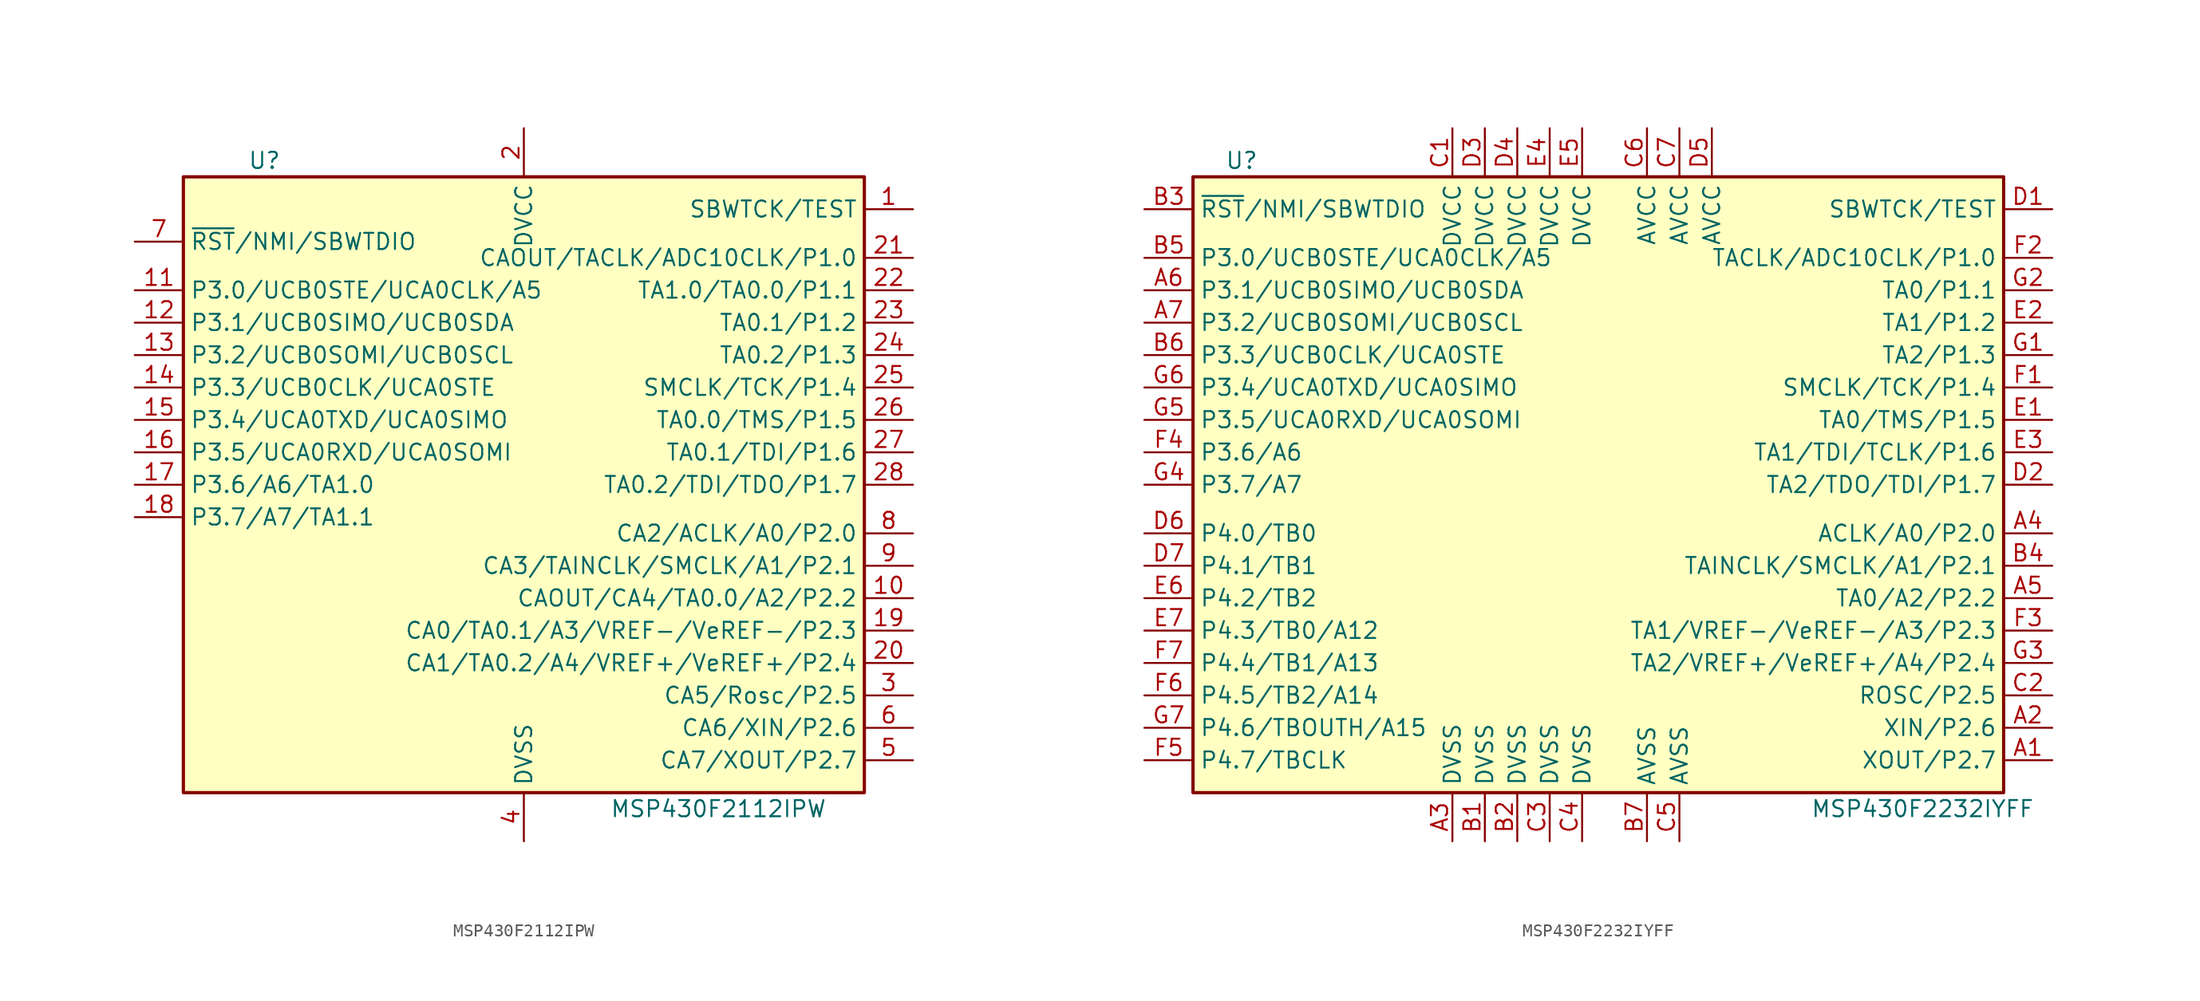
<source format=kicad_sym>
(kicad_symbol_lib
  (version 20231120)
  (generator "kicad_symbol_editor")
  (generator_version "8.0")
  (symbol "MSP430F2112IPW"
    (property "Reference" "U"
      (at -20.32 25.4 0)
      (effects (font (size 1.27 1.27))))
    (property "Value" "MSP430F2112IPW"
      (at 15.24 -25.4 0)
      (effects (font (size 1.27 1.27))))
    (symbol "MSP430F2112IPW_0_1"
      (rectangle (start -26.67 24.13) (end 26.67 -24.13) (stroke (width 0.254) (type default)) (fill (type background))))
    (symbol "MSP430F2112IPW_1_1"
      (pin input line (at 30.48 21.59 180) (length 3.81) (name "SBWTCK/TEST" (effects (font (size 1.27 1.27)))) (number "1" (effects (font (size 1.27 1.27)))))
      (pin bidirectional line (at 30.48 -8.89 180) (length 3.81) (name "CAOUT/CA4/TA0.0/A2/P2.2" (effects (font (size 1.27 1.27)))) (number "10" (effects (font (size 1.27 1.27)))))
      (pin bidirectional line (at -30.48 15.24 0) (length 3.81) (name "P3.0/UCB0STE/UCA0CLK/A5" (effects (font (size 1.27 1.27)))) (number "11" (effects (font (size 1.27 1.27)))))
      (pin bidirectional line (at -30.48 12.7 0) (length 3.81) (name "P3.1/UCB0SIMO/UCB0SDA" (effects (font (size 1.27 1.27)))) (number "12" (effects (font (size 1.27 1.27)))))
      (pin bidirectional line (at -30.48 10.16 0) (length 3.81) (name "P3.2/UCB0SOMI/UCB0SCL" (effects (font (size 1.27 1.27)))) (number "13" (effects (font (size 1.27 1.27)))))
      (pin bidirectional line (at -30.48 7.62 0) (length 3.81) (name "P3.3/UCB0CLK/UCA0STE" (effects (font (size 1.27 1.27)))) (number "14" (effects (font (size 1.27 1.27)))))
      (pin bidirectional line (at -30.48 5.08 0) (length 3.81) (name "P3.4/UCA0TXD/UCA0SIMO" (effects (font (size 1.27 1.27)))) (number "15" (effects (font (size 1.27 1.27)))))
      (pin bidirectional line (at -30.48 2.54 0) (length 3.81) (name "P3.5/UCA0RXD/UCA0SOMI" (effects (font (size 1.27 1.27)))) (number "16" (effects (font (size 1.27 1.27)))))
      (pin bidirectional line (at -30.48 0 0) (length 3.81) (name "P3.6/A6/TA1.0" (effects (font (size 1.27 1.27)))) (number "17" (effects (font (size 1.27 1.27)))))
      (pin bidirectional line (at -30.48 -2.54 0) (length 3.81) (name "P3.7/A7/TA1.1" (effects (font (size 1.27 1.27)))) (number "18" (effects (font (size 1.27 1.27)))))
      (pin bidirectional line (at 30.48 -11.43 180) (length 3.81) (name "CA0/TA0.1/A3/VREF-/VeREF-/P2.3" (effects (font (size 1.27 1.27)))) (number "19" (effects (font (size 1.27 1.27)))))
      (pin power_in line (at 0 27.94 270) (length 3.81) (name "DVCC" (effects (font (size 1.27 1.27)))) (number "2" (effects (font (size 1.27 1.27)))))
      (pin bidirectional line (at 30.48 -13.97 180) (length 3.81) (name "CA1/TA0.2/A4/VREF+/VeREF+/P2.4" (effects (font (size 1.27 1.27)))) (number "20" (effects (font (size 1.27 1.27)))))
      (pin bidirectional line (at 30.48 17.78 180) (length 3.81) (name "CAOUT/TACLK/ADC10CLK/P1.0" (effects (font (size 1.27 1.27)))) (number "21" (effects (font (size 1.27 1.27)))))
      (pin bidirectional line (at 30.48 15.24 180) (length 3.81) (name "TA1.0/TA0.0/P1.1" (effects (font (size 1.27 1.27)))) (number "22" (effects (font (size 1.27 1.27)))))
      (pin bidirectional line (at 30.48 12.7 180) (length 3.81) (name "TA0.1/P1.2" (effects (font (size 1.27 1.27)))) (number "23" (effects (font (size 1.27 1.27)))))
      (pin bidirectional line (at 30.48 10.16 180) (length 3.81) (name "TA0.2/P1.3" (effects (font (size 1.27 1.27)))) (number "24" (effects (font (size 1.27 1.27)))))
      (pin bidirectional line (at 30.48 7.62 180) (length 3.81) (name "SMCLK/TCK/P1.4" (effects (font (size 1.27 1.27)))) (number "25" (effects (font (size 1.27 1.27)))))
      (pin bidirectional line (at 30.48 5.08 180) (length 3.81) (name "TA0.0/TMS/P1.5" (effects (font (size 1.27 1.27)))) (number "26" (effects (font (size 1.27 1.27)))))
      (pin bidirectional line (at 30.48 2.54 180) (length 3.81) (name "TA0.1/TDI/P1.6" (effects (font (size 1.27 1.27)))) (number "27" (effects (font (size 1.27 1.27)))))
      (pin bidirectional line (at 30.48 0 180) (length 3.81) (name "TA0.2/TDI/TDO/P1.7" (effects (font (size 1.27 1.27)))) (number "28" (effects (font (size 1.27 1.27)))))
      (pin bidirectional line (at 30.48 -16.51 180) (length 3.81) (name "CA5/Rosc/P2.5" (effects (font (size 1.27 1.27)))) (number "3" (effects (font (size 1.27 1.27)))))
      (pin power_in line (at 0 -27.94 90) (length 3.81) (name "DVSS" (effects (font (size 1.27 1.27)))) (number "4" (effects (font (size 1.27 1.27)))))
      (pin bidirectional line (at 30.48 -21.59 180) (length 3.81) (name "CA7/XOUT/P2.7" (effects (font (size 1.27 1.27)))) (number "5" (effects (font (size 1.27 1.27)))))
      (pin bidirectional line (at 30.48 -19.05 180) (length 3.81) (name "CA6/XIN/P2.6" (effects (font (size 1.27 1.27)))) (number "6" (effects (font (size 1.27 1.27)))))
      (pin bidirectional line (at -30.48 19.05 0) (length 3.81) (name "~{RST}/NMI/SBWTDIO" (effects (font (size 1.27 1.27)))) (number "7" (effects (font (size 1.27 1.27)))))
      (pin bidirectional line (at 30.48 -3.81 180) (length 3.81) (name "CA2/ACLK/A0/P2.0" (effects (font (size 1.27 1.27)))) (number "8" (effects (font (size 1.27 1.27)))))
      (pin bidirectional line (at 30.48 -6.35 180) (length 3.81) (name "CA3/TAINCLK/SMCLK/A1/P2.1" (effects (font (size 1.27 1.27)))) (number "9" (effects (font (size 1.27 1.27)))))))
  (symbol "MSP430F2232IYFF"
    (property "Reference" "U"
      (at -29.21 25.4 0)
      (effects (font (size 1.27 1.27))))
    (property "Value" "MSP430F2232IYFF"
      (at 24.13 -25.4 0)
      (effects (font (size 1.27 1.27))))
    (symbol "MSP430F2232IYFF_0_1"
      (rectangle (start -33.02 24.13) (end 30.48 -24.13) (stroke (width 0.254) (type default)) (fill (type background))))
    (symbol "MSP430F2232IYFF_1_1"
      (pin bidirectional line (at 34.29 -21.59 180) (length 3.81) (name "XOUT/P2.7" (effects (font (size 1.27 1.27)))) (number "A1" (effects (font (size 1.27 1.27)))))
      (pin bidirectional line (at 34.29 -19.05 180) (length 3.81) (name "XIN/P2.6" (effects (font (size 1.27 1.27)))) (number "A2" (effects (font (size 1.27 1.27)))))
      (pin power_in line (at -12.7 -27.94 90) (length 3.81) (name "DVSS" (effects (font (size 1.27 1.27)))) (number "A3" (effects (font (size 1.27 1.27)))))
      (pin bidirectional line (at 34.29 -3.81 180) (length 3.81) (name "ACLK/A0/P2.0" (effects (font (size 1.27 1.27)))) (number "A4" (effects (font (size 1.27 1.27)))))
      (pin bidirectional line (at 34.29 -8.89 180) (length 3.81) (name "TA0/A2/P2.2" (effects (font (size 1.27 1.27)))) (number "A5" (effects (font (size 1.27 1.27)))))
      (pin bidirectional line (at -36.83 15.24 0) (length 3.81) (name "P3.1/UCB0SIMO/UCB0SDA" (effects (font (size 1.27 1.27)))) (number "A6" (effects (font (size 1.27 1.27)))))
      (pin bidirectional line (at -36.83 12.7 0) (length 3.81) (name "P3.2/UCB0SOMI/UCB0SCL" (effects (font (size 1.27 1.27)))) (number "A7" (effects (font (size 1.27 1.27)))))
      (pin power_in line (at -10.16 -27.94 90) (length 3.81) (name "DVSS" (effects (font (size 1.27 1.27)))) (number "B1" (effects (font (size 1.27 1.27)))))
      (pin power_in line (at -7.62 -27.94 90) (length 3.81) (name "DVSS" (effects (font (size 1.27 1.27)))) (number "B2" (effects (font (size 1.27 1.27)))))
      (pin input line (at -36.83 21.59 0) (length 3.81) (name "~{RST}/NMI/SBWTDIO" (effects (font (size 1.27 1.27)))) (number "B3" (effects (font (size 1.27 1.27)))))
      (pin bidirectional line (at 34.29 -6.35 180) (length 3.81) (name "TAINCLK/SMCLK/A1/P2.1" (effects (font (size 1.27 1.27)))) (number "B4" (effects (font (size 1.27 1.27)))))
      (pin bidirectional line (at -36.83 17.78 0) (length 3.81) (name "P3.0/UCB0STE/UCA0CLK/A5" (effects (font (size 1.27 1.27)))) (number "B5" (effects (font (size 1.27 1.27)))))
      (pin bidirectional line (at -36.83 10.16 0) (length 3.81) (name "P3.3/UCB0CLK/UCA0STE" (effects (font (size 1.27 1.27)))) (number "B6" (effects (font (size 1.27 1.27)))))
      (pin power_in line (at 2.54 -27.94 90) (length 3.81) (name "AVSS" (effects (font (size 1.27 1.27)))) (number "B7" (effects (font (size 1.27 1.27)))))
      (pin power_in line (at -12.7 27.94 270) (length 3.81) (name "DVCC" (effects (font (size 1.27 1.27)))) (number "C1" (effects (font (size 1.27 1.27)))))
      (pin bidirectional line (at 34.29 -16.51 180) (length 3.81) (name "ROSC/P2.5" (effects (font (size 1.27 1.27)))) (number "C2" (effects (font (size 1.27 1.27)))))
      (pin power_in line (at -5.08 -27.94 90) (length 3.81) (name "DVSS" (effects (font (size 1.27 1.27)))) (number "C3" (effects (font (size 1.27 1.27)))))
      (pin power_in line (at -2.54 -27.94 90) (length 3.81) (name "DVSS" (effects (font (size 1.27 1.27)))) (number "C4" (effects (font (size 1.27 1.27)))))
      (pin power_in line (at 5.08 -27.94 90) (length 3.81) (name "AVSS" (effects (font (size 1.27 1.27)))) (number "C5" (effects (font (size 1.27 1.27)))))
      (pin power_in line (at 2.54 27.94 270) (length 3.81) (name "AVCC" (effects (font (size 1.27 1.27)))) (number "C6" (effects (font (size 1.27 1.27)))))
      (pin power_in line (at 5.08 27.94 270) (length 3.81) (name "AVCC" (effects (font (size 1.27 1.27)))) (number "C7" (effects (font (size 1.27 1.27)))))
      (pin input line (at 34.29 21.59 180) (length 3.81) (name "SBWTCK/TEST" (effects (font (size 1.27 1.27)))) (number "D1" (effects (font (size 1.27 1.27)))))
      (pin bidirectional line (at 34.29 0 180) (length 3.81) (name "TA2/TDO/TDI/P1.7" (effects (font (size 1.27 1.27)))) (number "D2" (effects (font (size 1.27 1.27)))))
      (pin power_in line (at -10.16 27.94 270) (length 3.81) (name "DVCC" (effects (font (size 1.27 1.27)))) (number "D3" (effects (font (size 1.27 1.27)))))
      (pin power_in line (at -7.62 27.94 270) (length 3.81) (name "DVCC" (effects (font (size 1.27 1.27)))) (number "D4" (effects (font (size 1.27 1.27)))))
      (pin power_in line (at 7.62 27.94 270) (length 3.81) (name "AVCC" (effects (font (size 1.27 1.27)))) (number "D5" (effects (font (size 1.27 1.27)))))
      (pin bidirectional line (at -36.83 -3.81 0) (length 3.81) (name "P4.0/TB0" (effects (font (size 1.27 1.27)))) (number "D6" (effects (font (size 1.27 1.27)))))
      (pin bidirectional line (at -36.83 -6.35 0) (length 3.81) (name "P4.1/TB1" (effects (font (size 1.27 1.27)))) (number "D7" (effects (font (size 1.27 1.27)))))
      (pin bidirectional line (at 34.29 5.08 180) (length 3.81) (name "TA0/TMS/P1.5" (effects (font (size 1.27 1.27)))) (number "E1" (effects (font (size 1.27 1.27)))))
      (pin bidirectional line (at 34.29 12.7 180) (length 3.81) (name "TA1/P1.2" (effects (font (size 1.27 1.27)))) (number "E2" (effects (font (size 1.27 1.27)))))
      (pin bidirectional line (at 34.29 2.54 180) (length 3.81) (name "TA1/TDI/TCLK/P1.6" (effects (font (size 1.27 1.27)))) (number "E3" (effects (font (size 1.27 1.27)))))
      (pin power_in line (at -5.08 27.94 270) (length 3.81) (name "DVCC" (effects (font (size 1.27 1.27)))) (number "E4" (effects (font (size 1.27 1.27)))))
      (pin power_in line (at -2.54 27.94 270) (length 3.81) (name "DVCC" (effects (font (size 1.27 1.27)))) (number "E5" (effects (font (size 1.27 1.27)))))
      (pin bidirectional line (at -36.83 -8.89 0) (length 3.81) (name "P4.2/TB2" (effects (font (size 1.27 1.27)))) (number "E6" (effects (font (size 1.27 1.27)))))
      (pin bidirectional line (at -36.83 -11.43 0) (length 3.81) (name "P4.3/TB0/A12" (effects (font (size 1.27 1.27)))) (number "E7" (effects (font (size 1.27 1.27)))))
      (pin bidirectional line (at 34.29 7.62 180) (length 3.81) (name "SMCLK/TCK/P1.4" (effects (font (size 1.27 1.27)))) (number "F1" (effects (font (size 1.27 1.27)))))
      (pin bidirectional line (at 34.29 17.78 180) (length 3.81) (name "TACLK/ADC10CLK/P1.0" (effects (font (size 1.27 1.27)))) (number "F2" (effects (font (size 1.27 1.27)))))
      (pin bidirectional line (at 34.29 -11.43 180) (length 3.81) (name "TA1/VREF-/VeREF-/A3/P2.3" (effects (font (size 1.27 1.27)))) (number "F3" (effects (font (size 1.27 1.27)))))
      (pin bidirectional line (at -36.83 2.54 0) (length 3.81) (name "P3.6/A6" (effects (font (size 1.27 1.27)))) (number "F4" (effects (font (size 1.27 1.27)))))
      (pin bidirectional line (at -36.83 -21.59 0) (length 3.81) (name "P4.7/TBCLK" (effects (font (size 1.27 1.27)))) (number "F5" (effects (font (size 1.27 1.27)))))
      (pin bidirectional line (at -36.83 -16.51 0) (length 3.81) (name "P4.5/TB2/A14" (effects (font (size 1.27 1.27)))) (number "F6" (effects (font (size 1.27 1.27)))))
      (pin bidirectional line (at -36.83 -13.97 0) (length 3.81) (name "P4.4/TB1/A13" (effects (font (size 1.27 1.27)))) (number "F7" (effects (font (size 1.27 1.27)))))
      (pin bidirectional line (at 34.29 10.16 180) (length 3.81) (name "TA2/P1.3" (effects (font (size 1.27 1.27)))) (number "G1" (effects (font (size 1.27 1.27)))))
      (pin bidirectional line (at 34.29 15.24 180) (length 3.81) (name "TA0/P1.1" (effects (font (size 1.27 1.27)))) (number "G2" (effects (font (size 1.27 1.27)))))
      (pin bidirectional line (at 34.29 -13.97 180) (length 3.81) (name "TA2/VREF+/VeREF+/A4/P2.4" (effects (font (size 1.27 1.27)))) (number "G3" (effects (font (size 1.27 1.27)))))
      (pin bidirectional line (at -36.83 0 0) (length 3.81) (name "P3.7/A7" (effects (font (size 1.27 1.27)))) (number "G4" (effects (font (size 1.27 1.27)))))
      (pin bidirectional line (at -36.83 5.08 0) (length 3.81) (name "P3.5/UCA0RXD/UCA0SOMI" (effects (font (size 1.27 1.27)))) (number "G5" (effects (font (size 1.27 1.27)))))
      (pin bidirectional line (at -36.83 7.62 0) (length 3.81) (name "P3.4/UCA0TXD/UCA0SIMO" (effects (font (size 1.27 1.27)))) (number "G6" (effects (font (size 1.27 1.27)))))
      (pin bidirectional line (at -36.83 -19.05 0) (length 3.81) (name "P4.6/TBOUTH/A15" (effects (font (size 1.27 1.27)))) (number "G7" (effects (font (size 1.27 1.27))))))))
</source>
